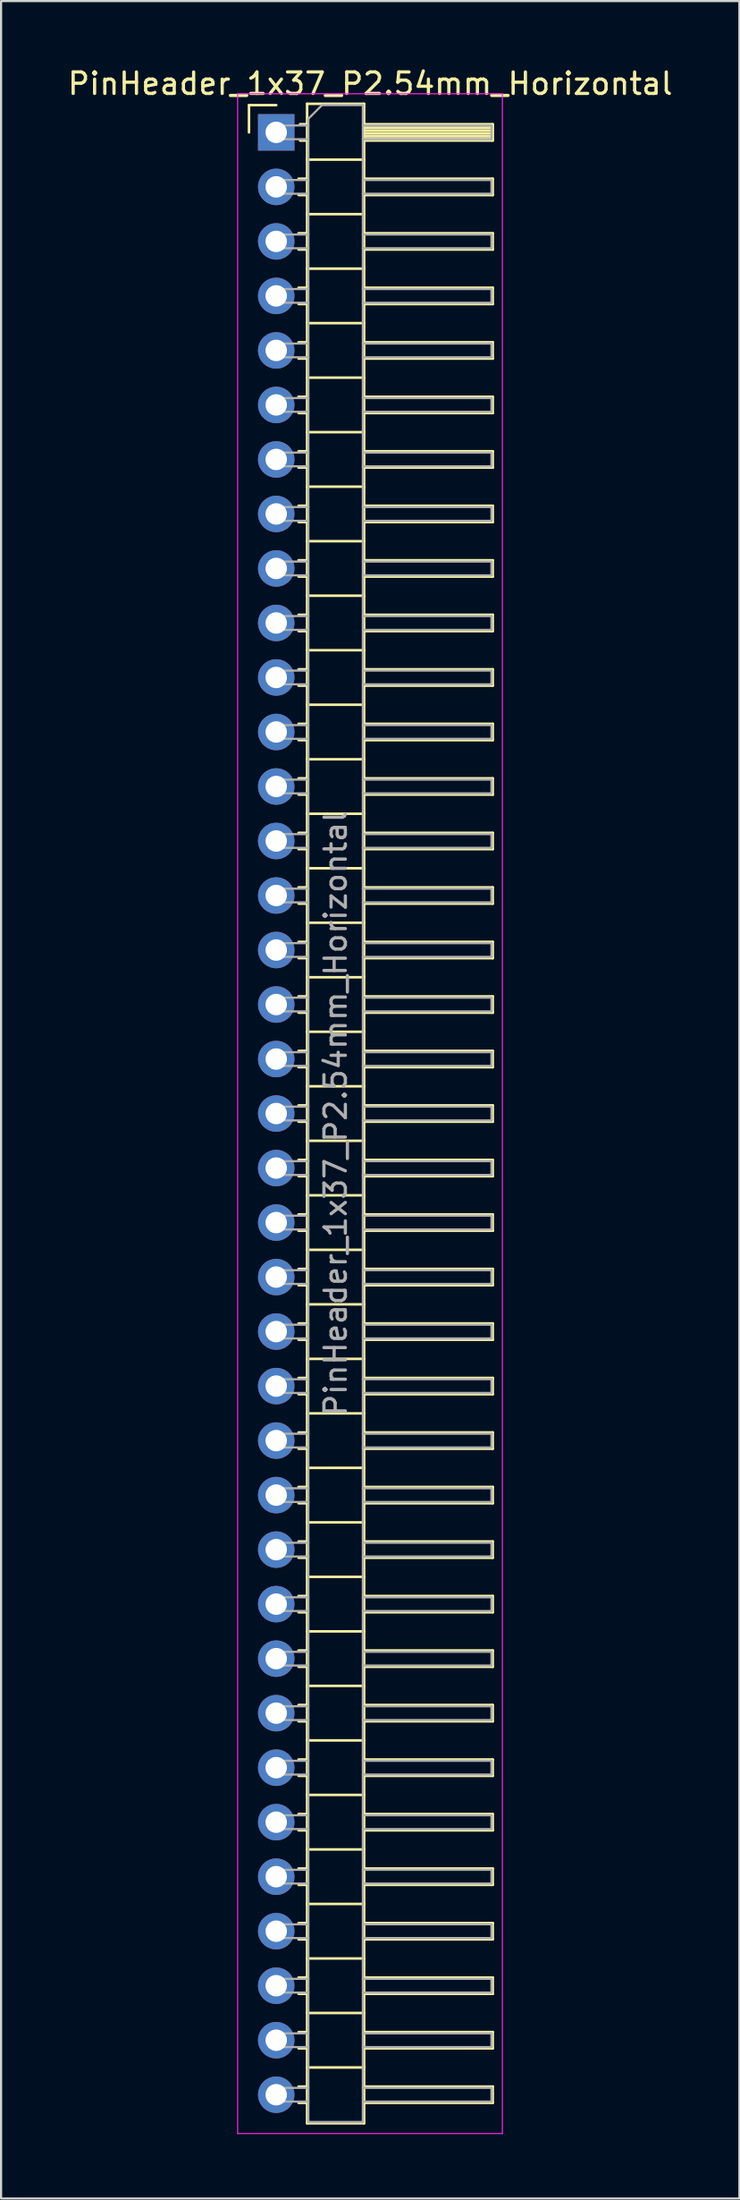
<source format=kicad_pcb>
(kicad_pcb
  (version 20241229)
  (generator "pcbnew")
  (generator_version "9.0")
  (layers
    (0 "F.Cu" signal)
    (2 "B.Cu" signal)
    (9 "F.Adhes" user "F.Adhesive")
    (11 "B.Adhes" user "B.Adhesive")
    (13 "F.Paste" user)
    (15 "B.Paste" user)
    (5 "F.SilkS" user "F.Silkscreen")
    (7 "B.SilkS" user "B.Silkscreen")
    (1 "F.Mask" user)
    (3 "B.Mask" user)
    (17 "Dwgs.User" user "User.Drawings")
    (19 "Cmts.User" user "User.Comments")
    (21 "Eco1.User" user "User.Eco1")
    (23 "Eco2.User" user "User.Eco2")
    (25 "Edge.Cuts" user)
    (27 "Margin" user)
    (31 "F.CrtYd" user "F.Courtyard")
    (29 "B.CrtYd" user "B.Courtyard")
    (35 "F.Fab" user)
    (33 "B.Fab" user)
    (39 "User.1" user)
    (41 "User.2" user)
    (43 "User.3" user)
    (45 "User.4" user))
  (footprint "PinHeader_1x37_P2.54mm_Horizontal"
    (layer "F.Cu")
    (at 9.835 3.118)
    (property "Reference" "PinHeader_1x37_P2.54mm_Horizontal" (at 4.385 -2.27 0) (layer "F.SilkS") (effects (font (size 1 1) (thickness 0.15))))
    (attr through_hole)
    (fp_line (start -1.27 -1.27) (end 0 -1.27) (stroke (width 0.12) (type solid)) (layer "F.SilkS"))
    (fp_line (start -1.27 0) (end -1.27 -1.27) (stroke (width 0.12) (type solid)) (layer "F.SilkS"))
    (fp_line (start 1.043 2.16) (end 1.44 2.16) (stroke (width 0.12) (type solid)) (layer "F.SilkS"))
    (fp_line (start 1.043 2.92) (end 1.44 2.92) (stroke (width 0.12) (type solid)) (layer "F.SilkS"))
    (fp_line (start 1.043 4.7) (end 1.44 4.7) (stroke (width 0.12) (type solid)) (layer "F.SilkS"))
    (fp_line (start 1.043 5.46) (end 1.44 5.46) (stroke (width 0.12) (type solid)) (layer "F.SilkS"))
    (fp_line (start 1.043 7.24) (end 1.44 7.24) (stroke (width 0.12) (type solid)) (layer "F.SilkS"))
    (fp_line (start 1.043 8) (end 1.44 8) (stroke (width 0.12) (type solid)) (layer "F.SilkS"))
    (fp_line (start 1.043 9.78) (end 1.44 9.78) (stroke (width 0.12) (type solid)) (layer "F.SilkS"))
    (fp_line (start 1.043 10.54) (end 1.44 10.54) (stroke (width 0.12) (type solid)) (layer "F.SilkS"))
    (fp_line (start 1.043 12.32) (end 1.44 12.32) (stroke (width 0.12) (type solid)) (layer "F.SilkS"))
    (fp_line (start 1.043 13.08) (end 1.44 13.08) (stroke (width 0.12) (type solid)) (layer "F.SilkS"))
    (fp_line (start 1.043 14.86) (end 1.44 14.86) (stroke (width 0.12) (type solid)) (layer "F.SilkS"))
    (fp_line (start 1.043 15.62) (end 1.44 15.62) (stroke (width 0.12) (type solid)) (layer "F.SilkS"))
    (fp_line (start 1.043 17.4) (end 1.44 17.4) (stroke (width 0.12) (type solid)) (layer "F.SilkS"))
    (fp_line (start 1.043 18.16) (end 1.44 18.16) (stroke (width 0.12) (type solid)) (layer "F.SilkS"))
    (fp_line (start 1.043 19.94) (end 1.44 19.94) (stroke (width 0.12) (type solid)) (layer "F.SilkS"))
    (fp_line (start 1.043 20.7) (end 1.44 20.7) (stroke (width 0.12) (type solid)) (layer "F.SilkS"))
    (fp_line (start 1.043 22.48) (end 1.44 22.48) (stroke (width 0.12) (type solid)) (layer "F.SilkS"))
    (fp_line (start 1.043 23.24) (end 1.44 23.24) (stroke (width 0.12) (type solid)) (layer "F.SilkS"))
    (fp_line (start 1.043 25.02) (end 1.44 25.02) (stroke (width 0.12) (type solid)) (layer "F.SilkS"))
    (fp_line (start 1.043 25.78) (end 1.44 25.78) (stroke (width 0.12) (type solid)) (layer "F.SilkS"))
    (fp_line (start 1.043 27.56) (end 1.44 27.56) (stroke (width 0.12) (type solid)) (layer "F.SilkS"))
    (fp_line (start 1.043 28.32) (end 1.44 28.32) (stroke (width 0.12) (type solid)) (layer "F.SilkS"))
    (fp_line (start 1.043 30.1) (end 1.44 30.1) (stroke (width 0.12) (type solid)) (layer "F.SilkS"))
    (fp_line (start 1.043 30.86) (end 1.44 30.86) (stroke (width 0.12) (type solid)) (layer "F.SilkS"))
    (fp_line (start 1.043 32.64) (end 1.44 32.64) (stroke (width 0.12) (type solid)) (layer "F.SilkS"))
    (fp_line (start 1.043 33.4) (end 1.44 33.4) (stroke (width 0.12) (type solid)) (layer "F.SilkS"))
    (fp_line (start 1.043 35.18) (end 1.44 35.18) (stroke (width 0.12) (type solid)) (layer "F.SilkS"))
    (fp_line (start 1.043 35.94) (end 1.44 35.94) (stroke (width 0.12) (type solid)) (layer "F.SilkS"))
    (fp_line (start 1.043 37.72) (end 1.44 37.72) (stroke (width 0.12) (type solid)) (layer "F.SilkS"))
    (fp_line (start 1.043 38.48) (end 1.44 38.48) (stroke (width 0.12) (type solid)) (layer "F.SilkS"))
    (fp_line (start 1.043 40.26) (end 1.44 40.26) (stroke (width 0.12) (type solid)) (layer "F.SilkS"))
    (fp_line (start 1.043 41.02) (end 1.44 41.02) (stroke (width 0.12) (type solid)) (layer "F.SilkS"))
    (fp_line (start 1.043 42.8) (end 1.44 42.8) (stroke (width 0.12) (type solid)) (layer "F.SilkS"))
    (fp_line (start 1.043 43.56) (end 1.44 43.56) (stroke (width 0.12) (type solid)) (layer "F.SilkS"))
    (fp_line (start 1.043 45.34) (end 1.44 45.34) (stroke (width 0.12) (type solid)) (layer "F.SilkS"))
    (fp_line (start 1.043 46.1) (end 1.44 46.1) (stroke (width 0.12) (type solid)) (layer "F.SilkS"))
    (fp_line (start 1.043 47.88) (end 1.44 47.88) (stroke (width 0.12) (type solid)) (layer "F.SilkS"))
    (fp_line (start 1.043 48.64) (end 1.44 48.64) (stroke (width 0.12) (type solid)) (layer "F.SilkS"))
    (fp_line (start 1.043 50.42) (end 1.44 50.42) (stroke (width 0.12) (type solid)) (layer "F.SilkS"))
    (fp_line (start 1.043 51.18) (end 1.44 51.18) (stroke (width 0.12) (type solid)) (layer "F.SilkS"))
    (fp_line (start 1.043 52.96) (end 1.44 52.96) (stroke (width 0.12) (type solid)) (layer "F.SilkS"))
    (fp_line (start 1.043 53.72) (end 1.44 53.72) (stroke (width 0.12) (type solid)) (layer "F.SilkS"))
    (fp_line (start 1.043 55.5) (end 1.44 55.5) (stroke (width 0.12) (type solid)) (layer "F.SilkS"))
    (fp_line (start 1.043 56.26) (end 1.44 56.26) (stroke (width 0.12) (type solid)) (layer "F.SilkS"))
    (fp_line (start 1.043 58.04) (end 1.44 58.04) (stroke (width 0.12) (type solid)) (layer "F.SilkS"))
    (fp_line (start 1.043 58.8) (end 1.44 58.8) (stroke (width 0.12) (type solid)) (layer "F.SilkS"))
    (fp_line (start 1.043 60.58) (end 1.44 60.58) (stroke (width 0.12) (type solid)) (layer "F.SilkS"))
    (fp_line (start 1.043 61.34) (end 1.44 61.34) (stroke (width 0.12) (type solid)) (layer "F.SilkS"))
    (fp_line (start 1.043 63.12) (end 1.44 63.12) (stroke (width 0.12) (type solid)) (layer "F.SilkS"))
    (fp_line (start 1.043 63.88) (end 1.44 63.88) (stroke (width 0.12) (type solid)) (layer "F.SilkS"))
    (fp_line (start 1.043 65.66) (end 1.44 65.66) (stroke (width 0.12) (type solid)) (layer "F.SilkS"))
    (fp_line (start 1.043 66.42) (end 1.44 66.42) (stroke (width 0.12) (type solid)) (layer "F.SilkS"))
    (fp_line (start 1.043 68.2) (end 1.44 68.2) (stroke (width 0.12) (type solid)) (layer "F.SilkS"))
    (fp_line (start 1.043 68.96) (end 1.44 68.96) (stroke (width 0.12) (type solid)) (layer "F.SilkS"))
    (fp_line (start 1.043 70.74) (end 1.44 70.74) (stroke (width 0.12) (type solid)) (layer "F.SilkS"))
    (fp_line (start 1.043 71.5) (end 1.44 71.5) (stroke (width 0.12) (type solid)) (layer "F.SilkS"))
    (fp_line (start 1.043 73.28) (end 1.44 73.28) (stroke (width 0.12) (type solid)) (layer "F.SilkS"))
    (fp_line (start 1.043 74.04) (end 1.44 74.04) (stroke (width 0.12) (type solid)) (layer "F.SilkS"))
    (fp_line (start 1.043 75.82) (end 1.44 75.82) (stroke (width 0.12) (type solid)) (layer "F.SilkS"))
    (fp_line (start 1.043 76.58) (end 1.44 76.58) (stroke (width 0.12) (type solid)) (layer "F.SilkS"))
    (fp_line (start 1.043 78.36) (end 1.44 78.36) (stroke (width 0.12) (type solid)) (layer "F.SilkS"))
    (fp_line (start 1.043 79.12) (end 1.44 79.12) (stroke (width 0.12) (type solid)) (layer "F.SilkS"))
    (fp_line (start 1.043 80.9) (end 1.44 80.9) (stroke (width 0.12) (type solid)) (layer "F.SilkS"))
    (fp_line (start 1.043 81.66) (end 1.44 81.66) (stroke (width 0.12) (type solid)) (layer "F.SilkS"))
    (fp_line (start 1.043 83.44) (end 1.44 83.44) (stroke (width 0.12) (type solid)) (layer "F.SilkS"))
    (fp_line (start 1.043 84.2) (end 1.44 84.2) (stroke (width 0.12) (type solid)) (layer "F.SilkS"))
    (fp_line (start 1.043 85.98) (end 1.44 85.98) (stroke (width 0.12) (type solid)) (layer "F.SilkS"))
    (fp_line (start 1.043 86.74) (end 1.44 86.74) (stroke (width 0.12) (type solid)) (layer "F.SilkS"))
    (fp_line (start 1.043 88.52) (end 1.44 88.52) (stroke (width 0.12) (type solid)) (layer "F.SilkS"))
    (fp_line (start 1.043 89.28) (end 1.44 89.28) (stroke (width 0.12) (type solid)) (layer "F.SilkS"))
    (fp_line (start 1.043 91.06) (end 1.44 91.06) (stroke (width 0.12) (type solid)) (layer "F.SilkS"))
    (fp_line (start 1.043 91.82) (end 1.44 91.82) (stroke (width 0.12) (type solid)) (layer "F.SilkS"))
    (fp_line (start 1.11 -0.38) (end 1.44 -0.38) (stroke (width 0.12) (type solid)) (layer "F.SilkS"))
    (fp_line (start 1.11 0.38) (end 1.44 0.38) (stroke (width 0.12) (type solid)) (layer "F.SilkS"))
    (fp_line (start 1.44 -1.33) (end 1.44 92.77) (stroke (width 0.12) (type solid)) (layer "F.SilkS"))
    (fp_line (start 1.44 1.27) (end 4.1 1.27) (stroke (width 0.12) (type solid)) (layer "F.SilkS"))
    (fp_line (start 1.44 3.81) (end 4.1 3.81) (stroke (width 0.12) (type solid)) (layer "F.SilkS"))
    (fp_line (start 1.44 6.35) (end 4.1 6.35) (stroke (width 0.12) (type solid)) (layer "F.SilkS"))
    (fp_line (start 1.44 8.89) (end 4.1 8.89) (stroke (width 0.12) (type solid)) (layer "F.SilkS"))
    (fp_line (start 1.44 11.43) (end 4.1 11.43) (stroke (width 0.12) (type solid)) (layer "F.SilkS"))
    (fp_line (start 1.44 13.97) (end 4.1 13.97) (stroke (width 0.12) (type solid)) (layer "F.SilkS"))
    (fp_line (start 1.44 16.51) (end 4.1 16.51) (stroke (width 0.12) (type solid)) (layer "F.SilkS"))
    (fp_line (start 1.44 19.05) (end 4.1 19.05) (stroke (width 0.12) (type solid)) (layer "F.SilkS"))
    (fp_line (start 1.44 21.59) (end 4.1 21.59) (stroke (width 0.12) (type solid)) (layer "F.SilkS"))
    (fp_line (start 1.44 24.13) (end 4.1 24.13) (stroke (width 0.12) (type solid)) (layer "F.SilkS"))
    (fp_line (start 1.44 26.67) (end 4.1 26.67) (stroke (width 0.12) (type solid)) (layer "F.SilkS"))
    (fp_line (start 1.44 29.21) (end 4.1 29.21) (stroke (width 0.12) (type solid)) (layer "F.SilkS"))
    (fp_line (start 1.44 31.75) (end 4.1 31.75) (stroke (width 0.12) (type solid)) (layer "F.SilkS"))
    (fp_line (start 1.44 34.29) (end 4.1 34.29) (stroke (width 0.12) (type solid)) (layer "F.SilkS"))
    (fp_line (start 1.44 36.83) (end 4.1 36.83) (stroke (width 0.12) (type solid)) (layer "F.SilkS"))
    (fp_line (start 1.44 39.37) (end 4.1 39.37) (stroke (width 0.12) (type solid)) (layer "F.SilkS"))
    (fp_line (start 1.44 41.91) (end 4.1 41.91) (stroke (width 0.12) (type solid)) (layer "F.SilkS"))
    (fp_line (start 1.44 44.45) (end 4.1 44.45) (stroke (width 0.12) (type solid)) (layer "F.SilkS"))
    (fp_line (start 1.44 46.99) (end 4.1 46.99) (stroke (width 0.12) (type solid)) (layer "F.SilkS"))
    (fp_line (start 1.44 49.53) (end 4.1 49.53) (stroke (width 0.12) (type solid)) (layer "F.SilkS"))
    (fp_line (start 1.44 52.07) (end 4.1 52.07) (stroke (width 0.12) (type solid)) (layer "F.SilkS"))
    (fp_line (start 1.44 54.61) (end 4.1 54.61) (stroke (width 0.12) (type solid)) (layer "F.SilkS"))
    (fp_line (start 1.44 57.15) (end 4.1 57.15) (stroke (width 0.12) (type solid)) (layer "F.SilkS"))
    (fp_line (start 1.44 59.69) (end 4.1 59.69) (stroke (width 0.12) (type solid)) (layer "F.SilkS"))
    (fp_line (start 1.44 62.23) (end 4.1 62.23) (stroke (width 0.12) (type solid)) (layer "F.SilkS"))
    (fp_line (start 1.44 64.77) (end 4.1 64.77) (stroke (width 0.12) (type solid)) (layer "F.SilkS"))
    (fp_line (start 1.44 67.31) (end 4.1 67.31) (stroke (width 0.12) (type solid)) (layer "F.SilkS"))
    (fp_line (start 1.44 69.85) (end 4.1 69.85) (stroke (width 0.12) (type solid)) (layer "F.SilkS"))
    (fp_line (start 1.44 72.39) (end 4.1 72.39) (stroke (width 0.12) (type solid)) (layer "F.SilkS"))
    (fp_line (start 1.44 74.93) (end 4.1 74.93) (stroke (width 0.12) (type solid)) (layer "F.SilkS"))
    (fp_line (start 1.44 77.47) (end 4.1 77.47) (stroke (width 0.12) (type solid)) (layer "F.SilkS"))
    (fp_line (start 1.44 80.01) (end 4.1 80.01) (stroke (width 0.12) (type solid)) (layer "F.SilkS"))
    (fp_line (start 1.44 82.55) (end 4.1 82.55) (stroke (width 0.12) (type solid)) (layer "F.SilkS"))
    (fp_line (start 1.44 85.09) (end 4.1 85.09) (stroke (width 0.12) (type solid)) (layer "F.SilkS"))
    (fp_line (start 1.44 87.63) (end 4.1 87.63) (stroke (width 0.12) (type solid)) (layer "F.SilkS"))
    (fp_line (start 1.44 90.17) (end 4.1 90.17) (stroke (width 0.12) (type solid)) (layer "F.SilkS"))
    (fp_line (start 1.44 92.77) (end 4.1 92.77) (stroke (width 0.12) (type solid)) (layer "F.SilkS"))
    (fp_line (start 4.1 -1.33) (end 1.44 -1.33) (stroke (width 0.12) (type solid)) (layer "F.SilkS"))
    (fp_line (start 4.1 -0.38) (end 10.1 -0.38) (stroke (width 0.12) (type solid)) (layer "F.SilkS"))
    (fp_line (start 4.1 -0.32) (end 10.1 -0.32) (stroke (width 0.12) (type solid)) (layer "F.SilkS"))
    (fp_line (start 4.1 -0.2) (end 10.1 -0.2) (stroke (width 0.12) (type solid)) (layer "F.SilkS"))
    (fp_line (start 4.1 -0.08) (end 10.1 -0.08) (stroke (width 0.12) (type solid)) (layer "F.SilkS"))
    (fp_line (start 4.1 0.04) (end 10.1 0.04) (stroke (width 0.12) (type solid)) (layer "F.SilkS"))
    (fp_line (start 4.1 0.16) (end 10.1 0.16) (stroke (width 0.12) (type solid)) (layer "F.SilkS"))
    (fp_line (start 4.1 0.28) (end 10.1 0.28) (stroke (width 0.12) (type solid)) (layer "F.SilkS"))
    (fp_line (start 4.1 2.16) (end 10.1 2.16) (stroke (width 0.12) (type solid)) (layer "F.SilkS"))
    (fp_line (start 4.1 4.7) (end 10.1 4.7) (stroke (width 0.12) (type solid)) (layer "F.SilkS"))
    (fp_line (start 4.1 7.24) (end 10.1 7.24) (stroke (width 0.12) (type solid)) (layer "F.SilkS"))
    (fp_line (start 4.1 9.78) (end 10.1 9.78) (stroke (width 0.12) (type solid)) (layer "F.SilkS"))
    (fp_line (start 4.1 12.32) (end 10.1 12.32) (stroke (width 0.12) (type solid)) (layer "F.SilkS"))
    (fp_line (start 4.1 14.86) (end 10.1 14.86) (stroke (width 0.12) (type solid)) (layer "F.SilkS"))
    (fp_line (start 4.1 17.4) (end 10.1 17.4) (stroke (width 0.12) (type solid)) (layer "F.SilkS"))
    (fp_line (start 4.1 19.94) (end 10.1 19.94) (stroke (width 0.12) (type solid)) (layer "F.SilkS"))
    (fp_line (start 4.1 22.48) (end 10.1 22.48) (stroke (width 0.12) (type solid)) (layer "F.SilkS"))
    (fp_line (start 4.1 25.02) (end 10.1 25.02) (stroke (width 0.12) (type solid)) (layer "F.SilkS"))
    (fp_line (start 4.1 27.56) (end 10.1 27.56) (stroke (width 0.12) (type solid)) (layer "F.SilkS"))
    (fp_line (start 4.1 30.1) (end 10.1 30.1) (stroke (width 0.12) (type solid)) (layer "F.SilkS"))
    (fp_line (start 4.1 32.64) (end 10.1 32.64) (stroke (width 0.12) (type solid)) (layer "F.SilkS"))
    (fp_line (start 4.1 35.18) (end 10.1 35.18) (stroke (width 0.12) (type solid)) (layer "F.SilkS"))
    (fp_line (start 4.1 37.72) (end 10.1 37.72) (stroke (width 0.12) (type solid)) (layer "F.SilkS"))
    (fp_line (start 4.1 40.26) (end 10.1 40.26) (stroke (width 0.12) (type solid)) (layer "F.SilkS"))
    (fp_line (start 4.1 42.8) (end 10.1 42.8) (stroke (width 0.12) (type solid)) (layer "F.SilkS"))
    (fp_line (start 4.1 45.34) (end 10.1 45.34) (stroke (width 0.12) (type solid)) (layer "F.SilkS"))
    (fp_line (start 4.1 47.88) (end 10.1 47.88) (stroke (width 0.12) (type solid)) (layer "F.SilkS"))
    (fp_line (start 4.1 50.42) (end 10.1 50.42) (stroke (width 0.12) (type solid)) (layer "F.SilkS"))
    (fp_line (start 4.1 52.96) (end 10.1 52.96) (stroke (width 0.12) (type solid)) (layer "F.SilkS"))
    (fp_line (start 4.1 55.5) (end 10.1 55.5) (stroke (width 0.12) (type solid)) (layer "F.SilkS"))
    (fp_line (start 4.1 58.04) (end 10.1 58.04) (stroke (width 0.12) (type solid)) (layer "F.SilkS"))
    (fp_line (start 4.1 60.58) (end 10.1 60.58) (stroke (width 0.12) (type solid)) (layer "F.SilkS"))
    (fp_line (start 4.1 63.12) (end 10.1 63.12) (stroke (width 0.12) (type solid)) (layer "F.SilkS"))
    (fp_line (start 4.1 65.66) (end 10.1 65.66) (stroke (width 0.12) (type solid)) (layer "F.SilkS"))
    (fp_line (start 4.1 68.2) (end 10.1 68.2) (stroke (width 0.12) (type solid)) (layer "F.SilkS"))
    (fp_line (start 4.1 70.74) (end 10.1 70.74) (stroke (width 0.12) (type solid)) (layer "F.SilkS"))
    (fp_line (start 4.1 73.28) (end 10.1 73.28) (stroke (width 0.12) (type solid)) (layer "F.SilkS"))
    (fp_line (start 4.1 75.82) (end 10.1 75.82) (stroke (width 0.12) (type solid)) (layer "F.SilkS"))
    (fp_line (start 4.1 78.36) (end 10.1 78.36) (stroke (width 0.12) (type solid)) (layer "F.SilkS"))
    (fp_line (start 4.1 80.9) (end 10.1 80.9) (stroke (width 0.12) (type solid)) (layer "F.SilkS"))
    (fp_line (start 4.1 83.44) (end 10.1 83.44) (stroke (width 0.12) (type solid)) (layer "F.SilkS"))
    (fp_line (start 4.1 85.98) (end 10.1 85.98) (stroke (width 0.12) (type solid)) (layer "F.SilkS"))
    (fp_line (start 4.1 88.52) (end 10.1 88.52) (stroke (width 0.12) (type solid)) (layer "F.SilkS"))
    (fp_line (start 4.1 91.06) (end 10.1 91.06) (stroke (width 0.12) (type solid)) (layer "F.SilkS"))
    (fp_line (start 4.1 92.77) (end 4.1 -1.33) (stroke (width 0.12) (type solid)) (layer "F.SilkS"))
    (fp_line (start 10.1 -0.38) (end 10.1 0.38) (stroke (width 0.12) (type solid)) (layer "F.SilkS"))
    (fp_line (start 10.1 0.38) (end 4.1 0.38) (stroke (width 0.12) (type solid)) (layer "F.SilkS"))
    (fp_line (start 10.1 2.16) (end 10.1 2.92) (stroke (width 0.12) (type solid)) (layer "F.SilkS"))
    (fp_line (start 10.1 2.92) (end 4.1 2.92) (stroke (width 0.12) (type solid)) (layer "F.SilkS"))
    (fp_line (start 10.1 4.7) (end 10.1 5.46) (stroke (width 0.12) (type solid)) (layer "F.SilkS"))
    (fp_line (start 10.1 5.46) (end 4.1 5.46) (stroke (width 0.12) (type solid)) (layer "F.SilkS"))
    (fp_line (start 10.1 7.24) (end 10.1 8) (stroke (width 0.12) (type solid)) (layer "F.SilkS"))
    (fp_line (start 10.1 8) (end 4.1 8) (stroke (width 0.12) (type solid)) (layer "F.SilkS"))
    (fp_line (start 10.1 9.78) (end 10.1 10.54) (stroke (width 0.12) (type solid)) (layer "F.SilkS"))
    (fp_line (start 10.1 10.54) (end 4.1 10.54) (stroke (width 0.12) (type solid)) (layer "F.SilkS"))
    (fp_line (start 10.1 12.32) (end 10.1 13.08) (stroke (width 0.12) (type solid)) (layer "F.SilkS"))
    (fp_line (start 10.1 13.08) (end 4.1 13.08) (stroke (width 0.12) (type solid)) (layer "F.SilkS"))
    (fp_line (start 10.1 14.86) (end 10.1 15.62) (stroke (width 0.12) (type solid)) (layer "F.SilkS"))
    (fp_line (start 10.1 15.62) (end 4.1 15.62) (stroke (width 0.12) (type solid)) (layer "F.SilkS"))
    (fp_line (start 10.1 17.4) (end 10.1 18.16) (stroke (width 0.12) (type solid)) (layer "F.SilkS"))
    (fp_line (start 10.1 18.16) (end 4.1 18.16) (stroke (width 0.12) (type solid)) (layer "F.SilkS"))
    (fp_line (start 10.1 19.94) (end 10.1 20.7) (stroke (width 0.12) (type solid)) (layer "F.SilkS"))
    (fp_line (start 10.1 20.7) (end 4.1 20.7) (stroke (width 0.12) (type solid)) (layer "F.SilkS"))
    (fp_line (start 10.1 22.48) (end 10.1 23.24) (stroke (width 0.12) (type solid)) (layer "F.SilkS"))
    (fp_line (start 10.1 23.24) (end 4.1 23.24) (stroke (width 0.12) (type solid)) (layer "F.SilkS"))
    (fp_line (start 10.1 25.02) (end 10.1 25.78) (stroke (width 0.12) (type solid)) (layer "F.SilkS"))
    (fp_line (start 10.1 25.78) (end 4.1 25.78) (stroke (width 0.12) (type solid)) (layer "F.SilkS"))
    (fp_line (start 10.1 27.56) (end 10.1 28.32) (stroke (width 0.12) (type solid)) (layer "F.SilkS"))
    (fp_line (start 10.1 28.32) (end 4.1 28.32) (stroke (width 0.12) (type solid)) (layer "F.SilkS"))
    (fp_line (start 10.1 30.1) (end 10.1 30.86) (stroke (width 0.12) (type solid)) (layer "F.SilkS"))
    (fp_line (start 10.1 30.86) (end 4.1 30.86) (stroke (width 0.12) (type solid)) (layer "F.SilkS"))
    (fp_line (start 10.1 32.64) (end 10.1 33.4) (stroke (width 0.12) (type solid)) (layer "F.SilkS"))
    (fp_line (start 10.1 33.4) (end 4.1 33.4) (stroke (width 0.12) (type solid)) (layer "F.SilkS"))
    (fp_line (start 10.1 35.18) (end 10.1 35.94) (stroke (width 0.12) (type solid)) (layer "F.SilkS"))
    (fp_line (start 10.1 35.94) (end 4.1 35.94) (stroke (width 0.12) (type solid)) (layer "F.SilkS"))
    (fp_line (start 10.1 37.72) (end 10.1 38.48) (stroke (width 0.12) (type solid)) (layer "F.SilkS"))
    (fp_line (start 10.1 38.48) (end 4.1 38.48) (stroke (width 0.12) (type solid)) (layer "F.SilkS"))
    (fp_line (start 10.1 40.26) (end 10.1 41.02) (stroke (width 0.12) (type solid)) (layer "F.SilkS"))
    (fp_line (start 10.1 41.02) (end 4.1 41.02) (stroke (width 0.12) (type solid)) (layer "F.SilkS"))
    (fp_line (start 10.1 42.8) (end 10.1 43.56) (stroke (width 0.12) (type solid)) (layer "F.SilkS"))
    (fp_line (start 10.1 43.56) (end 4.1 43.56) (stroke (width 0.12) (type solid)) (layer "F.SilkS"))
    (fp_line (start 10.1 45.34) (end 10.1 46.1) (stroke (width 0.12) (type solid)) (layer "F.SilkS"))
    (fp_line (start 10.1 46.1) (end 4.1 46.1) (stroke (width 0.12) (type solid)) (layer "F.SilkS"))
    (fp_line (start 10.1 47.88) (end 10.1 48.64) (stroke (width 0.12) (type solid)) (layer "F.SilkS"))
    (fp_line (start 10.1 48.64) (end 4.1 48.64) (stroke (width 0.12) (type solid)) (layer "F.SilkS"))
    (fp_line (start 10.1 50.42) (end 10.1 51.18) (stroke (width 0.12) (type solid)) (layer "F.SilkS"))
    (fp_line (start 10.1 51.18) (end 4.1 51.18) (stroke (width 0.12) (type solid)) (layer "F.SilkS"))
    (fp_line (start 10.1 52.96) (end 10.1 53.72) (stroke (width 0.12) (type solid)) (layer "F.SilkS"))
    (fp_line (start 10.1 53.72) (end 4.1 53.72) (stroke (width 0.12) (type solid)) (layer "F.SilkS"))
    (fp_line (start 10.1 55.5) (end 10.1 56.26) (stroke (width 0.12) (type solid)) (layer "F.SilkS"))
    (fp_line (start 10.1 56.26) (end 4.1 56.26) (stroke (width 0.12) (type solid)) (layer "F.SilkS"))
    (fp_line (start 10.1 58.04) (end 10.1 58.8) (stroke (width 0.12) (type solid)) (layer "F.SilkS"))
    (fp_line (start 10.1 58.8) (end 4.1 58.8) (stroke (width 0.12) (type solid)) (layer "F.SilkS"))
    (fp_line (start 10.1 60.58) (end 10.1 61.34) (stroke (width 0.12) (type solid)) (layer "F.SilkS"))
    (fp_line (start 10.1 61.34) (end 4.1 61.34) (stroke (width 0.12) (type solid)) (layer "F.SilkS"))
    (fp_line (start 10.1 63.12) (end 10.1 63.88) (stroke (width 0.12) (type solid)) (layer "F.SilkS"))
    (fp_line (start 10.1 63.88) (end 4.1 63.88) (stroke (width 0.12) (type solid)) (layer "F.SilkS"))
    (fp_line (start 10.1 65.66) (end 10.1 66.42) (stroke (width 0.12) (type solid)) (layer "F.SilkS"))
    (fp_line (start 10.1 66.42) (end 4.1 66.42) (stroke (width 0.12) (type solid)) (layer "F.SilkS"))
    (fp_line (start 10.1 68.2) (end 10.1 68.96) (stroke (width 0.12) (type solid)) (layer "F.SilkS"))
    (fp_line (start 10.1 68.96) (end 4.1 68.96) (stroke (width 0.12) (type solid)) (layer "F.SilkS"))
    (fp_line (start 10.1 70.74) (end 10.1 71.5) (stroke (width 0.12) (type solid)) (layer "F.SilkS"))
    (fp_line (start 10.1 71.5) (end 4.1 71.5) (stroke (width 0.12) (type solid)) (layer "F.SilkS"))
    (fp_line (start 10.1 73.28) (end 10.1 74.04) (stroke (width 0.12) (type solid)) (layer "F.SilkS"))
    (fp_line (start 10.1 74.04) (end 4.1 74.04) (stroke (width 0.12) (type solid)) (layer "F.SilkS"))
    (fp_line (start 10.1 75.82) (end 10.1 76.58) (stroke (width 0.12) (type solid)) (layer "F.SilkS"))
    (fp_line (start 10.1 76.58) (end 4.1 76.58) (stroke (width 0.12) (type solid)) (layer "F.SilkS"))
    (fp_line (start 10.1 78.36) (end 10.1 79.12) (stroke (width 0.12) (type solid)) (layer "F.SilkS"))
    (fp_line (start 10.1 79.12) (end 4.1 79.12) (stroke (width 0.12) (type solid)) (layer "F.SilkS"))
    (fp_line (start 10.1 80.9) (end 10.1 81.66) (stroke (width 0.12) (type solid)) (layer "F.SilkS"))
    (fp_line (start 10.1 81.66) (end 4.1 81.66) (stroke (width 0.12) (type solid)) (layer "F.SilkS"))
    (fp_line (start 10.1 83.44) (end 10.1 84.2) (stroke (width 0.12) (type solid)) (layer "F.SilkS"))
    (fp_line (start 10.1 84.2) (end 4.1 84.2) (stroke (width 0.12) (type solid)) (layer "F.SilkS"))
    (fp_line (start 10.1 85.98) (end 10.1 86.74) (stroke (width 0.12) (type solid)) (layer "F.SilkS"))
    (fp_line (start 10.1 86.74) (end 4.1 86.74) (stroke (width 0.12) (type solid)) (layer "F.SilkS"))
    (fp_line (start 10.1 88.52) (end 10.1 89.28) (stroke (width 0.12) (type solid)) (layer "F.SilkS"))
    (fp_line (start 10.1 89.28) (end 4.1 89.28) (stroke (width 0.12) (type solid)) (layer "F.SilkS"))
    (fp_line (start 10.1 91.06) (end 10.1 91.82) (stroke (width 0.12) (type solid)) (layer "F.SilkS"))
    (fp_line (start 10.1 91.82) (end 4.1 91.82) (stroke (width 0.12) (type solid)) (layer "F.SilkS"))
    (fp_line (start -1.8 -1.8) (end -1.8 93.25) (stroke (width 0.05) (type solid)) (layer "F.CrtYd"))
    (fp_line (start -1.8 93.25) (end 10.55 93.25) (stroke (width 0.05) (type solid)) (layer "F.CrtYd"))
    (fp_line (start 10.55 -1.8) (end -1.8 -1.8) (stroke (width 0.05) (type solid)) (layer "F.CrtYd"))
    (fp_line (start 10.55 93.25) (end 10.55 -1.8) (stroke (width 0.05) (type solid)) (layer "F.CrtYd"))
    (fp_line (start -0.32 -0.32) (end -0.32 0.32) (stroke (width 0.1) (type solid)) (layer "F.Fab"))
    (fp_line (start -0.32 -0.32) (end 1.5 -0.32) (stroke (width 0.1) (type solid)) (layer "F.Fab"))
    (fp_line (start -0.32 0.32) (end 1.5 0.32) (stroke (width 0.1) (type solid)) (layer "F.Fab"))
    (fp_line (start -0.32 2.22) (end -0.32 2.86) (stroke (width 0.1) (type solid)) (layer "F.Fab"))
    (fp_line (start -0.32 2.22) (end 1.5 2.22) (stroke (width 0.1) (type solid)) (layer "F.Fab"))
    (fp_line (start -0.32 2.86) (end 1.5 2.86) (stroke (width 0.1) (type solid)) (layer "F.Fab"))
    (fp_line (start -0.32 4.76) (end -0.32 5.4) (stroke (width 0.1) (type solid)) (layer "F.Fab"))
    (fp_line (start -0.32 4.76) (end 1.5 4.76) (stroke (width 0.1) (type solid)) (layer "F.Fab"))
    (fp_line (start -0.32 5.4) (end 1.5 5.4) (stroke (width 0.1) (type solid)) (layer "F.Fab"))
    (fp_line (start -0.32 7.3) (end -0.32 7.94) (stroke (width 0.1) (type solid)) (layer "F.Fab"))
    (fp_line (start -0.32 7.3) (end 1.5 7.3) (stroke (width 0.1) (type solid)) (layer "F.Fab"))
    (fp_line (start -0.32 7.94) (end 1.5 7.94) (stroke (width 0.1) (type solid)) (layer "F.Fab"))
    (fp_line (start -0.32 9.84) (end -0.32 10.48) (stroke (width 0.1) (type solid)) (layer "F.Fab"))
    (fp_line (start -0.32 9.84) (end 1.5 9.84) (stroke (width 0.1) (type solid)) (layer "F.Fab"))
    (fp_line (start -0.32 10.48) (end 1.5 10.48) (stroke (width 0.1) (type solid)) (layer "F.Fab"))
    (fp_line (start -0.32 12.38) (end -0.32 13.02) (stroke (width 0.1) (type solid)) (layer "F.Fab"))
    (fp_line (start -0.32 12.38) (end 1.5 12.38) (stroke (width 0.1) (type solid)) (layer "F.Fab"))
    (fp_line (start -0.32 13.02) (end 1.5 13.02) (stroke (width 0.1) (type solid)) (layer "F.Fab"))
    (fp_line (start -0.32 14.92) (end -0.32 15.56) (stroke (width 0.1) (type solid)) (layer "F.Fab"))
    (fp_line (start -0.32 14.92) (end 1.5 14.92) (stroke (width 0.1) (type solid)) (layer "F.Fab"))
    (fp_line (start -0.32 15.56) (end 1.5 15.56) (stroke (width 0.1) (type solid)) (layer "F.Fab"))
    (fp_line (start -0.32 17.46) (end -0.32 18.1) (stroke (width 0.1) (type solid)) (layer "F.Fab"))
    (fp_line (start -0.32 17.46) (end 1.5 17.46) (stroke (width 0.1) (type solid)) (layer "F.Fab"))
    (fp_line (start -0.32 18.1) (end 1.5 18.1) (stroke (width 0.1) (type solid)) (layer "F.Fab"))
    (fp_line (start -0.32 20) (end -0.32 20.64) (stroke (width 0.1) (type solid)) (layer "F.Fab"))
    (fp_line (start -0.32 20) (end 1.5 20) (stroke (width 0.1) (type solid)) (layer "F.Fab"))
    (fp_line (start -0.32 20.64) (end 1.5 20.64) (stroke (width 0.1) (type solid)) (layer "F.Fab"))
    (fp_line (start -0.32 22.54) (end -0.32 23.18) (stroke (width 0.1) (type solid)) (layer "F.Fab"))
    (fp_line (start -0.32 22.54) (end 1.5 22.54) (stroke (width 0.1) (type solid)) (layer "F.Fab"))
    (fp_line (start -0.32 23.18) (end 1.5 23.18) (stroke (width 0.1) (type solid)) (layer "F.Fab"))
    (fp_line (start -0.32 25.08) (end -0.32 25.72) (stroke (width 0.1) (type solid)) (layer "F.Fab"))
    (fp_line (start -0.32 25.08) (end 1.5 25.08) (stroke (width 0.1) (type solid)) (layer "F.Fab"))
    (fp_line (start -0.32 25.72) (end 1.5 25.72) (stroke (width 0.1) (type solid)) (layer "F.Fab"))
    (fp_line (start -0.32 27.62) (end -0.32 28.26) (stroke (width 0.1) (type solid)) (layer "F.Fab"))
    (fp_line (start -0.32 27.62) (end 1.5 27.62) (stroke (width 0.1) (type solid)) (layer "F.Fab"))
    (fp_line (start -0.32 28.26) (end 1.5 28.26) (stroke (width 0.1) (type solid)) (layer "F.Fab"))
    (fp_line (start -0.32 30.16) (end -0.32 30.8) (stroke (width 0.1) (type solid)) (layer "F.Fab"))
    (fp_line (start -0.32 30.16) (end 1.5 30.16) (stroke (width 0.1) (type solid)) (layer "F.Fab"))
    (fp_line (start -0.32 30.8) (end 1.5 30.8) (stroke (width 0.1) (type solid)) (layer "F.Fab"))
    (fp_line (start -0.32 32.7) (end -0.32 33.34) (stroke (width 0.1) (type solid)) (layer "F.Fab"))
    (fp_line (start -0.32 32.7) (end 1.5 32.7) (stroke (width 0.1) (type solid)) (layer "F.Fab"))
    (fp_line (start -0.32 33.34) (end 1.5 33.34) (stroke (width 0.1) (type solid)) (layer "F.Fab"))
    (fp_line (start -0.32 35.24) (end -0.32 35.88) (stroke (width 0.1) (type solid)) (layer "F.Fab"))
    (fp_line (start -0.32 35.24) (end 1.5 35.24) (stroke (width 0.1) (type solid)) (layer "F.Fab"))
    (fp_line (start -0.32 35.88) (end 1.5 35.88) (stroke (width 0.1) (type solid)) (layer "F.Fab"))
    (fp_line (start -0.32 37.78) (end -0.32 38.42) (stroke (width 0.1) (type solid)) (layer "F.Fab"))
    (fp_line (start -0.32 37.78) (end 1.5 37.78) (stroke (width 0.1) (type solid)) (layer "F.Fab"))
    (fp_line (start -0.32 38.42) (end 1.5 38.42) (stroke (width 0.1) (type solid)) (layer "F.Fab"))
    (fp_line (start -0.32 40.32) (end -0.32 40.96) (stroke (width 0.1) (type solid)) (layer "F.Fab"))
    (fp_line (start -0.32 40.32) (end 1.5 40.32) (stroke (width 0.1) (type solid)) (layer "F.Fab"))
    (fp_line (start -0.32 40.96) (end 1.5 40.96) (stroke (width 0.1) (type solid)) (layer "F.Fab"))
    (fp_line (start -0.32 42.86) (end -0.32 43.5) (stroke (width 0.1) (type solid)) (layer "F.Fab"))
    (fp_line (start -0.32 42.86) (end 1.5 42.86) (stroke (width 0.1) (type solid)) (layer "F.Fab"))
    (fp_line (start -0.32 43.5) (end 1.5 43.5) (stroke (width 0.1) (type solid)) (layer "F.Fab"))
    (fp_line (start -0.32 45.4) (end -0.32 46.04) (stroke (width 0.1) (type solid)) (layer "F.Fab"))
    (fp_line (start -0.32 45.4) (end 1.5 45.4) (stroke (width 0.1) (type solid)) (layer "F.Fab"))
    (fp_line (start -0.32 46.04) (end 1.5 46.04) (stroke (width 0.1) (type solid)) (layer "F.Fab"))
    (fp_line (start -0.32 47.94) (end -0.32 48.58) (stroke (width 0.1) (type solid)) (layer "F.Fab"))
    (fp_line (start -0.32 47.94) (end 1.5 47.94) (stroke (width 0.1) (type solid)) (layer "F.Fab"))
    (fp_line (start -0.32 48.58) (end 1.5 48.58) (stroke (width 0.1) (type solid)) (layer "F.Fab"))
    (fp_line (start -0.32 50.48) (end -0.32 51.12) (stroke (width 0.1) (type solid)) (layer "F.Fab"))
    (fp_line (start -0.32 50.48) (end 1.5 50.48) (stroke (width 0.1) (type solid)) (layer "F.Fab"))
    (fp_line (start -0.32 51.12) (end 1.5 51.12) (stroke (width 0.1) (type solid)) (layer "F.Fab"))
    (fp_line (start -0.32 53.02) (end -0.32 53.66) (stroke (width 0.1) (type solid)) (layer "F.Fab"))
    (fp_line (start -0.32 53.02) (end 1.5 53.02) (stroke (width 0.1) (type solid)) (layer "F.Fab"))
    (fp_line (start -0.32 53.66) (end 1.5 53.66) (stroke (width 0.1) (type solid)) (layer "F.Fab"))
    (fp_line (start -0.32 55.56) (end -0.32 56.2) (stroke (width 0.1) (type solid)) (layer "F.Fab"))
    (fp_line (start -0.32 55.56) (end 1.5 55.56) (stroke (width 0.1) (type solid)) (layer "F.Fab"))
    (fp_line (start -0.32 56.2) (end 1.5 56.2) (stroke (width 0.1) (type solid)) (layer "F.Fab"))
    (fp_line (start -0.32 58.1) (end -0.32 58.74) (stroke (width 0.1) (type solid)) (layer "F.Fab"))
    (fp_line (start -0.32 58.1) (end 1.5 58.1) (stroke (width 0.1) (type solid)) (layer "F.Fab"))
    (fp_line (start -0.32 58.74) (end 1.5 58.74) (stroke (width 0.1) (type solid)) (layer "F.Fab"))
    (fp_line (start -0.32 60.64) (end -0.32 61.28) (stroke (width 0.1) (type solid)) (layer "F.Fab"))
    (fp_line (start -0.32 60.64) (end 1.5 60.64) (stroke (width 0.1) (type solid)) (layer "F.Fab"))
    (fp_line (start -0.32 61.28) (end 1.5 61.28) (stroke (width 0.1) (type solid)) (layer "F.Fab"))
    (fp_line (start -0.32 63.18) (end -0.32 63.82) (stroke (width 0.1) (type solid)) (layer "F.Fab"))
    (fp_line (start -0.32 63.18) (end 1.5 63.18) (stroke (width 0.1) (type solid)) (layer "F.Fab"))
    (fp_line (start -0.32 63.82) (end 1.5 63.82) (stroke (width 0.1) (type solid)) (layer "F.Fab"))
    (fp_line (start -0.32 65.72) (end -0.32 66.36) (stroke (width 0.1) (type solid)) (layer "F.Fab"))
    (fp_line (start -0.32 65.72) (end 1.5 65.72) (stroke (width 0.1) (type solid)) (layer "F.Fab"))
    (fp_line (start -0.32 66.36) (end 1.5 66.36) (stroke (width 0.1) (type solid)) (layer "F.Fab"))
    (fp_line (start -0.32 68.26) (end -0.32 68.9) (stroke (width 0.1) (type solid)) (layer "F.Fab"))
    (fp_line (start -0.32 68.26) (end 1.5 68.26) (stroke (width 0.1) (type solid)) (layer "F.Fab"))
    (fp_line (start -0.32 68.9) (end 1.5 68.9) (stroke (width 0.1) (type solid)) (layer "F.Fab"))
    (fp_line (start -0.32 70.8) (end -0.32 71.44) (stroke (width 0.1) (type solid)) (layer "F.Fab"))
    (fp_line (start -0.32 70.8) (end 1.5 70.8) (stroke (width 0.1) (type solid)) (layer "F.Fab"))
    (fp_line (start -0.32 71.44) (end 1.5 71.44) (stroke (width 0.1) (type solid)) (layer "F.Fab"))
    (fp_line (start -0.32 73.34) (end -0.32 73.98) (stroke (width 0.1) (type solid)) (layer "F.Fab"))
    (fp_line (start -0.32 73.34) (end 1.5 73.34) (stroke (width 0.1) (type solid)) (layer "F.Fab"))
    (fp_line (start -0.32 73.98) (end 1.5 73.98) (stroke (width 0.1) (type solid)) (layer "F.Fab"))
    (fp_line (start -0.32 75.88) (end -0.32 76.52) (stroke (width 0.1) (type solid)) (layer "F.Fab"))
    (fp_line (start -0.32 75.88) (end 1.5 75.88) (stroke (width 0.1) (type solid)) (layer "F.Fab"))
    (fp_line (start -0.32 76.52) (end 1.5 76.52) (stroke (width 0.1) (type solid)) (layer "F.Fab"))
    (fp_line (start -0.32 78.42) (end -0.32 79.06) (stroke (width 0.1) (type solid)) (layer "F.Fab"))
    (fp_line (start -0.32 78.42) (end 1.5 78.42) (stroke (width 0.1) (type solid)) (layer "F.Fab"))
    (fp_line (start -0.32 79.06) (end 1.5 79.06) (stroke (width 0.1) (type solid)) (layer "F.Fab"))
    (fp_line (start -0.32 80.96) (end -0.32 81.6) (stroke (width 0.1) (type solid)) (layer "F.Fab"))
    (fp_line (start -0.32 80.96) (end 1.5 80.96) (stroke (width 0.1) (type solid)) (layer "F.Fab"))
    (fp_line (start -0.32 81.6) (end 1.5 81.6) (stroke (width 0.1) (type solid)) (layer "F.Fab"))
    (fp_line (start -0.32 83.5) (end -0.32 84.14) (stroke (width 0.1) (type solid)) (layer "F.Fab"))
    (fp_line (start -0.32 83.5) (end 1.5 83.5) (stroke (width 0.1) (type solid)) (layer "F.Fab"))
    (fp_line (start -0.32 84.14) (end 1.5 84.14) (stroke (width 0.1) (type solid)) (layer "F.Fab"))
    (fp_line (start -0.32 86.04) (end -0.32 86.68) (stroke (width 0.1) (type solid)) (layer "F.Fab"))
    (fp_line (start -0.32 86.04) (end 1.5 86.04) (stroke (width 0.1) (type solid)) (layer "F.Fab"))
    (fp_line (start -0.32 86.68) (end 1.5 86.68) (stroke (width 0.1) (type solid)) (layer "F.Fab"))
    (fp_line (start -0.32 88.58) (end -0.32 89.22) (stroke (width 0.1) (type solid)) (layer "F.Fab"))
    (fp_line (start -0.32 88.58) (end 1.5 88.58) (stroke (width 0.1) (type solid)) (layer "F.Fab"))
    (fp_line (start -0.32 89.22) (end 1.5 89.22) (stroke (width 0.1) (type solid)) (layer "F.Fab"))
    (fp_line (start -0.32 91.12) (end -0.32 91.76) (stroke (width 0.1) (type solid)) (layer "F.Fab"))
    (fp_line (start -0.32 91.12) (end 1.5 91.12) (stroke (width 0.1) (type solid)) (layer "F.Fab"))
    (fp_line (start -0.32 91.76) (end 1.5 91.76) (stroke (width 0.1) (type solid)) (layer "F.Fab"))
    (fp_line (start 1.5 -0.635) (end 2.135 -1.27) (stroke (width 0.1) (type solid)) (layer "F.Fab"))
    (fp_line (start 1.5 92.71) (end 1.5 -0.635) (stroke (width 0.1) (type solid)) (layer "F.Fab"))
    (fp_line (start 2.135 -1.27) (end 4.04 -1.27) (stroke (width 0.1) (type solid)) (layer "F.Fab"))
    (fp_line (start 4.04 -1.27) (end 4.04 92.71) (stroke (width 0.1) (type solid)) (layer "F.Fab"))
    (fp_line (start 4.04 -0.32) (end 10.04 -0.32) (stroke (width 0.1) (type solid)) (layer "F.Fab"))
    (fp_line (start 4.04 0.32) (end 10.04 0.32) (stroke (width 0.1) (type solid)) (layer "F.Fab"))
    (fp_line (start 4.04 2.22) (end 10.04 2.22) (stroke (width 0.1) (type solid)) (layer "F.Fab"))
    (fp_line (start 4.04 2.86) (end 10.04 2.86) (stroke (width 0.1) (type solid)) (layer "F.Fab"))
    (fp_line (start 4.04 4.76) (end 10.04 4.76) (stroke (width 0.1) (type solid)) (layer "F.Fab"))
    (fp_line (start 4.04 5.4) (end 10.04 5.4) (stroke (width 0.1) (type solid)) (layer "F.Fab"))
    (fp_line (start 4.04 7.3) (end 10.04 7.3) (stroke (width 0.1) (type solid)) (layer "F.Fab"))
    (fp_line (start 4.04 7.94) (end 10.04 7.94) (stroke (width 0.1) (type solid)) (layer "F.Fab"))
    (fp_line (start 4.04 9.84) (end 10.04 9.84) (stroke (width 0.1) (type solid)) (layer "F.Fab"))
    (fp_line (start 4.04 10.48) (end 10.04 10.48) (stroke (width 0.1) (type solid)) (layer "F.Fab"))
    (fp_line (start 4.04 12.38) (end 10.04 12.38) (stroke (width 0.1) (type solid)) (layer "F.Fab"))
    (fp_line (start 4.04 13.02) (end 10.04 13.02) (stroke (width 0.1) (type solid)) (layer "F.Fab"))
    (fp_line (start 4.04 14.92) (end 10.04 14.92) (stroke (width 0.1) (type solid)) (layer "F.Fab"))
    (fp_line (start 4.04 15.56) (end 10.04 15.56) (stroke (width 0.1) (type solid)) (layer "F.Fab"))
    (fp_line (start 4.04 17.46) (end 10.04 17.46) (stroke (width 0.1) (type solid)) (layer "F.Fab"))
    (fp_line (start 4.04 18.1) (end 10.04 18.1) (stroke (width 0.1) (type solid)) (layer "F.Fab"))
    (fp_line (start 4.04 20) (end 10.04 20) (stroke (width 0.1) (type solid)) (layer "F.Fab"))
    (fp_line (start 4.04 20.64) (end 10.04 20.64) (stroke (width 0.1) (type solid)) (layer "F.Fab"))
    (fp_line (start 4.04 22.54) (end 10.04 22.54) (stroke (width 0.1) (type solid)) (layer "F.Fab"))
    (fp_line (start 4.04 23.18) (end 10.04 23.18) (stroke (width 0.1) (type solid)) (layer "F.Fab"))
    (fp_line (start 4.04 25.08) (end 10.04 25.08) (stroke (width 0.1) (type solid)) (layer "F.Fab"))
    (fp_line (start 4.04 25.72) (end 10.04 25.72) (stroke (width 0.1) (type solid)) (layer "F.Fab"))
    (fp_line (start 4.04 27.62) (end 10.04 27.62) (stroke (width 0.1) (type solid)) (layer "F.Fab"))
    (fp_line (start 4.04 28.26) (end 10.04 28.26) (stroke (width 0.1) (type solid)) (layer "F.Fab"))
    (fp_line (start 4.04 30.16) (end 10.04 30.16) (stroke (width 0.1) (type solid)) (layer "F.Fab"))
    (fp_line (start 4.04 30.8) (end 10.04 30.8) (stroke (width 0.1) (type solid)) (layer "F.Fab"))
    (fp_line (start 4.04 32.7) (end 10.04 32.7) (stroke (width 0.1) (type solid)) (layer "F.Fab"))
    (fp_line (start 4.04 33.34) (end 10.04 33.34) (stroke (width 0.1) (type solid)) (layer "F.Fab"))
    (fp_line (start 4.04 35.24) (end 10.04 35.24) (stroke (width 0.1) (type solid)) (layer "F.Fab"))
    (fp_line (start 4.04 35.88) (end 10.04 35.88) (stroke (width 0.1) (type solid)) (layer "F.Fab"))
    (fp_line (start 4.04 37.78) (end 10.04 37.78) (stroke (width 0.1) (type solid)) (layer "F.Fab"))
    (fp_line (start 4.04 38.42) (end 10.04 38.42) (stroke (width 0.1) (type solid)) (layer "F.Fab"))
    (fp_line (start 4.04 40.32) (end 10.04 40.32) (stroke (width 0.1) (type solid)) (layer "F.Fab"))
    (fp_line (start 4.04 40.96) (end 10.04 40.96) (stroke (width 0.1) (type solid)) (layer "F.Fab"))
    (fp_line (start 4.04 42.86) (end 10.04 42.86) (stroke (width 0.1) (type solid)) (layer "F.Fab"))
    (fp_line (start 4.04 43.5) (end 10.04 43.5) (stroke (width 0.1) (type solid)) (layer "F.Fab"))
    (fp_line (start 4.04 45.4) (end 10.04 45.4) (stroke (width 0.1) (type solid)) (layer "F.Fab"))
    (fp_line (start 4.04 46.04) (end 10.04 46.04) (stroke (width 0.1) (type solid)) (layer "F.Fab"))
    (fp_line (start 4.04 47.94) (end 10.04 47.94) (stroke (width 0.1) (type solid)) (layer "F.Fab"))
    (fp_line (start 4.04 48.58) (end 10.04 48.58) (stroke (width 0.1) (type solid)) (layer "F.Fab"))
    (fp_line (start 4.04 50.48) (end 10.04 50.48) (stroke (width 0.1) (type solid)) (layer "F.Fab"))
    (fp_line (start 4.04 51.12) (end 10.04 51.12) (stroke (width 0.1) (type solid)) (layer "F.Fab"))
    (fp_line (start 4.04 53.02) (end 10.04 53.02) (stroke (width 0.1) (type solid)) (layer "F.Fab"))
    (fp_line (start 4.04 53.66) (end 10.04 53.66) (stroke (width 0.1) (type solid)) (layer "F.Fab"))
    (fp_line (start 4.04 55.56) (end 10.04 55.56) (stroke (width 0.1) (type solid)) (layer "F.Fab"))
    (fp_line (start 4.04 56.2) (end 10.04 56.2) (stroke (width 0.1) (type solid)) (layer "F.Fab"))
    (fp_line (start 4.04 58.1) (end 10.04 58.1) (stroke (width 0.1) (type solid)) (layer "F.Fab"))
    (fp_line (start 4.04 58.74) (end 10.04 58.74) (stroke (width 0.1) (type solid)) (layer "F.Fab"))
    (fp_line (start 4.04 60.64) (end 10.04 60.64) (stroke (width 0.1) (type solid)) (layer "F.Fab"))
    (fp_line (start 4.04 61.28) (end 10.04 61.28) (stroke (width 0.1) (type solid)) (layer "F.Fab"))
    (fp_line (start 4.04 63.18) (end 10.04 63.18) (stroke (width 0.1) (type solid)) (layer "F.Fab"))
    (fp_line (start 4.04 63.82) (end 10.04 63.82) (stroke (width 0.1) (type solid)) (layer "F.Fab"))
    (fp_line (start 4.04 65.72) (end 10.04 65.72) (stroke (width 0.1) (type solid)) (layer "F.Fab"))
    (fp_line (start 4.04 66.36) (end 10.04 66.36) (stroke (width 0.1) (type solid)) (layer "F.Fab"))
    (fp_line (start 4.04 68.26) (end 10.04 68.26) (stroke (width 0.1) (type solid)) (layer "F.Fab"))
    (fp_line (start 4.04 68.9) (end 10.04 68.9) (stroke (width 0.1) (type solid)) (layer "F.Fab"))
    (fp_line (start 4.04 70.8) (end 10.04 70.8) (stroke (width 0.1) (type solid)) (layer "F.Fab"))
    (fp_line (start 4.04 71.44) (end 10.04 71.44) (stroke (width 0.1) (type solid)) (layer "F.Fab"))
    (fp_line (start 4.04 73.34) (end 10.04 73.34) (stroke (width 0.1) (type solid)) (layer "F.Fab"))
    (fp_line (start 4.04 73.98) (end 10.04 73.98) (stroke (width 0.1) (type solid)) (layer "F.Fab"))
    (fp_line (start 4.04 75.88) (end 10.04 75.88) (stroke (width 0.1) (type solid)) (layer "F.Fab"))
    (fp_line (start 4.04 76.52) (end 10.04 76.52) (stroke (width 0.1) (type solid)) (layer "F.Fab"))
    (fp_line (start 4.04 78.42) (end 10.04 78.42) (stroke (width 0.1) (type solid)) (layer "F.Fab"))
    (fp_line (start 4.04 79.06) (end 10.04 79.06) (stroke (width 0.1) (type solid)) (layer "F.Fab"))
    (fp_line (start 4.04 80.96) (end 10.04 80.96) (stroke (width 0.1) (type solid)) (layer "F.Fab"))
    (fp_line (start 4.04 81.6) (end 10.04 81.6) (stroke (width 0.1) (type solid)) (layer "F.Fab"))
    (fp_line (start 4.04 83.5) (end 10.04 83.5) (stroke (width 0.1) (type solid)) (layer "F.Fab"))
    (fp_line (start 4.04 84.14) (end 10.04 84.14) (stroke (width 0.1) (type solid)) (layer "F.Fab"))
    (fp_line (start 4.04 86.04) (end 10.04 86.04) (stroke (width 0.1) (type solid)) (layer "F.Fab"))
    (fp_line (start 4.04 86.68) (end 10.04 86.68) (stroke (width 0.1) (type solid)) (layer "F.Fab"))
    (fp_line (start 4.04 88.58) (end 10.04 88.58) (stroke (width 0.1) (type solid)) (layer "F.Fab"))
    (fp_line (start 4.04 89.22) (end 10.04 89.22) (stroke (width 0.1) (type solid)) (layer "F.Fab"))
    (fp_line (start 4.04 91.12) (end 10.04 91.12) (stroke (width 0.1) (type solid)) (layer "F.Fab"))
    (fp_line (start 4.04 91.76) (end 10.04 91.76) (stroke (width 0.1) (type solid)) (layer "F.Fab"))
    (fp_line (start 4.04 92.71) (end 1.5 92.71) (stroke (width 0.1) (type solid)) (layer "F.Fab"))
    (fp_line (start 10.04 -0.32) (end 10.04 0.32) (stroke (width 0.1) (type solid)) (layer "F.Fab"))
    (fp_line (start 10.04 2.22) (end 10.04 2.86) (stroke (width 0.1) (type solid)) (layer "F.Fab"))
    (fp_line (start 10.04 4.76) (end 10.04 5.4) (stroke (width 0.1) (type solid)) (layer "F.Fab"))
    (fp_line (start 10.04 7.3) (end 10.04 7.94) (stroke (width 0.1) (type solid)) (layer "F.Fab"))
    (fp_line (start 10.04 9.84) (end 10.04 10.48) (stroke (width 0.1) (type solid)) (layer "F.Fab"))
    (fp_line (start 10.04 12.38) (end 10.04 13.02) (stroke (width 0.1) (type solid)) (layer "F.Fab"))
    (fp_line (start 10.04 14.92) (end 10.04 15.56) (stroke (width 0.1) (type solid)) (layer "F.Fab"))
    (fp_line (start 10.04 17.46) (end 10.04 18.1) (stroke (width 0.1) (type solid)) (layer "F.Fab"))
    (fp_line (start 10.04 20) (end 10.04 20.64) (stroke (width 0.1) (type solid)) (layer "F.Fab"))
    (fp_line (start 10.04 22.54) (end 10.04 23.18) (stroke (width 0.1) (type solid)) (layer "F.Fab"))
    (fp_line (start 10.04 25.08) (end 10.04 25.72) (stroke (width 0.1) (type solid)) (layer "F.Fab"))
    (fp_line (start 10.04 27.62) (end 10.04 28.26) (stroke (width 0.1) (type solid)) (layer "F.Fab"))
    (fp_line (start 10.04 30.16) (end 10.04 30.8) (stroke (width 0.1) (type solid)) (layer "F.Fab"))
    (fp_line (start 10.04 32.7) (end 10.04 33.34) (stroke (width 0.1) (type solid)) (layer "F.Fab"))
    (fp_line (start 10.04 35.24) (end 10.04 35.88) (stroke (width 0.1) (type solid)) (layer "F.Fab"))
    (fp_line (start 10.04 37.78) (end 10.04 38.42) (stroke (width 0.1) (type solid)) (layer "F.Fab"))
    (fp_line (start 10.04 40.32) (end 10.04 40.96) (stroke (width 0.1) (type solid)) (layer "F.Fab"))
    (fp_line (start 10.04 42.86) (end 10.04 43.5) (stroke (width 0.1) (type solid)) (layer "F.Fab"))
    (fp_line (start 10.04 45.4) (end 10.04 46.04) (stroke (width 0.1) (type solid)) (layer "F.Fab"))
    (fp_line (start 10.04 47.94) (end 10.04 48.58) (stroke (width 0.1) (type solid)) (layer "F.Fab"))
    (fp_line (start 10.04 50.48) (end 10.04 51.12) (stroke (width 0.1) (type solid)) (layer "F.Fab"))
    (fp_line (start 10.04 53.02) (end 10.04 53.66) (stroke (width 0.1) (type solid)) (layer "F.Fab"))
    (fp_line (start 10.04 55.56) (end 10.04 56.2) (stroke (width 0.1) (type solid)) (layer "F.Fab"))
    (fp_line (start 10.04 58.1) (end 10.04 58.74) (stroke (width 0.1) (type solid)) (layer "F.Fab"))
    (fp_line (start 10.04 60.64) (end 10.04 61.28) (stroke (width 0.1) (type solid)) (layer "F.Fab"))
    (fp_line (start 10.04 63.18) (end 10.04 63.82) (stroke (width 0.1) (type solid)) (layer "F.Fab"))
    (fp_line (start 10.04 65.72) (end 10.04 66.36) (stroke (width 0.1) (type solid)) (layer "F.Fab"))
    (fp_line (start 10.04 68.26) (end 10.04 68.9) (stroke (width 0.1) (type solid)) (layer "F.Fab"))
    (fp_line (start 10.04 70.8) (end 10.04 71.44) (stroke (width 0.1) (type solid)) (layer "F.Fab"))
    (fp_line (start 10.04 73.34) (end 10.04 73.98) (stroke (width 0.1) (type solid)) (layer "F.Fab"))
    (fp_line (start 10.04 75.88) (end 10.04 76.52) (stroke (width 0.1) (type solid)) (layer "F.Fab"))
    (fp_line (start 10.04 78.42) (end 10.04 79.06) (stroke (width 0.1) (type solid)) (layer "F.Fab"))
    (fp_line (start 10.04 80.96) (end 10.04 81.6) (stroke (width 0.1) (type solid)) (layer "F.Fab"))
    (fp_line (start 10.04 83.5) (end 10.04 84.14) (stroke (width 0.1) (type solid)) (layer "F.Fab"))
    (fp_line (start 10.04 86.04) (end 10.04 86.68) (stroke (width 0.1) (type solid)) (layer "F.Fab"))
    (fp_line (start 10.04 88.58) (end 10.04 89.22) (stroke (width 0.1) (type solid)) (layer "F.Fab"))
    (fp_line (start 10.04 91.12) (end 10.04 91.76) (stroke (width 0.1) (type solid)) (layer "F.Fab"))
    (fp_text user "${REFERENCE}" (at 2.77 45.72 90) (layer "F.Fab") (effects (font (size 1 1) (thickness 0.15))))
    (pad "1" thru_hole rect (at 0 0) (size 1.7 1.7) (drill 1) (layers "*.Cu" "*.Mask"))
    (pad "2" thru_hole oval (at 0 2.54) (size 1.7 1.7) (drill 1) (layers "*.Cu" "*.Mask"))
    (pad "3" thru_hole oval (at 0 5.08) (size 1.7 1.7) (drill 1) (layers "*.Cu" "*.Mask"))
    (pad "4" thru_hole oval (at 0 7.62) (size 1.7 1.7) (drill 1) (layers "*.Cu" "*.Mask"))
    (pad "5" thru_hole oval (at 0 10.16) (size 1.7 1.7) (drill 1) (layers "*.Cu" "*.Mask"))
    (pad "6" thru_hole oval (at 0 12.7) (size 1.7 1.7) (drill 1) (layers "*.Cu" "*.Mask"))
    (pad "7" thru_hole oval (at 0 15.24) (size 1.7 1.7) (drill 1) (layers "*.Cu" "*.Mask"))
    (pad "8" thru_hole oval (at 0 17.78) (size 1.7 1.7) (drill 1) (layers "*.Cu" "*.Mask"))
    (pad "9" thru_hole oval (at 0 20.32) (size 1.7 1.7) (drill 1) (layers "*.Cu" "*.Mask"))
    (pad "10" thru_hole oval (at 0 22.86) (size 1.7 1.7) (drill 1) (layers "*.Cu" "*.Mask"))
    (pad "11" thru_hole oval (at 0 25.4) (size 1.7 1.7) (drill 1) (layers "*.Cu" "*.Mask"))
    (pad "12" thru_hole oval (at 0 27.94) (size 1.7 1.7) (drill 1) (layers "*.Cu" "*.Mask"))
    (pad "13" thru_hole oval (at 0 30.48) (size 1.7 1.7) (drill 1) (layers "*.Cu" "*.Mask"))
    (pad "14" thru_hole oval (at 0 33.02) (size 1.7 1.7) (drill 1) (layers "*.Cu" "*.Mask"))
    (pad "15" thru_hole oval (at 0 35.56) (size 1.7 1.7) (drill 1) (layers "*.Cu" "*.Mask"))
    (pad "16" thru_hole oval (at 0 38.1) (size 1.7 1.7) (drill 1) (layers "*.Cu" "*.Mask"))
    (pad "17" thru_hole oval (at 0 40.64) (size 1.7 1.7) (drill 1) (layers "*.Cu" "*.Mask"))
    (pad "18" thru_hole oval (at 0 43.18) (size 1.7 1.7) (drill 1) (layers "*.Cu" "*.Mask"))
    (pad "19" thru_hole oval (at 0 45.72) (size 1.7 1.7) (drill 1) (layers "*.Cu" "*.Mask"))
    (pad "20" thru_hole oval (at 0 48.26) (size 1.7 1.7) (drill 1) (layers "*.Cu" "*.Mask"))
    (pad "21" thru_hole oval (at 0 50.8) (size 1.7 1.7) (drill 1) (layers "*.Cu" "*.Mask"))
    (pad "22" thru_hole oval (at 0 53.34) (size 1.7 1.7) (drill 1) (layers "*.Cu" "*.Mask"))
    (pad "23" thru_hole oval (at 0 55.88) (size 1.7 1.7) (drill 1) (layers "*.Cu" "*.Mask"))
    (pad "24" thru_hole oval (at 0 58.42) (size 1.7 1.7) (drill 1) (layers "*.Cu" "*.Mask"))
    (pad "25" thru_hole oval (at 0 60.96) (size 1.7 1.7) (drill 1) (layers "*.Cu" "*.Mask"))
    (pad "26" thru_hole oval (at 0 63.5) (size 1.7 1.7) (drill 1) (layers "*.Cu" "*.Mask"))
    (pad "27" thru_hole oval (at 0 66.04) (size 1.7 1.7) (drill 1) (layers "*.Cu" "*.Mask"))
    (pad "28" thru_hole oval (at 0 68.58) (size 1.7 1.7) (drill 1) (layers "*.Cu" "*.Mask"))
    (pad "29" thru_hole oval (at 0 71.12) (size 1.7 1.7) (drill 1) (layers "*.Cu" "*.Mask"))
    (pad "30" thru_hole oval (at 0 73.66) (size 1.7 1.7) (drill 1) (layers "*.Cu" "*.Mask"))
    (pad "31" thru_hole oval (at 0 76.2) (size 1.7 1.7) (drill 1) (layers "*.Cu" "*.Mask"))
    (pad "32" thru_hole oval (at 0 78.74) (size 1.7 1.7) (drill 1) (layers "*.Cu" "*.Mask"))
    (pad "33" thru_hole oval (at 0 81.28) (size 1.7 1.7) (drill 1) (layers "*.Cu" "*.Mask"))
    (pad "34" thru_hole oval (at 0 83.82) (size 1.7 1.7) (drill 1) (layers "*.Cu" "*.Mask"))
    (pad "35" thru_hole oval (at 0 86.36) (size 1.7 1.7) (drill 1) (layers "*.Cu" "*.Mask"))
    (pad "36" thru_hole oval (at 0 88.9) (size 1.7 1.7) (drill 1) (layers "*.Cu" "*.Mask"))
    (pad "37" thru_hole oval (at 0 91.44) (size 1.7 1.7) (drill 1) (layers "*.Cu" "*.Mask")))
  (gr_rect
    (start -3 -3)
    (end 31.44 99.393)
    (stroke (width 0.1) (type default))
    (fill no)
    (layer "Edge.Cuts")))
</source>
